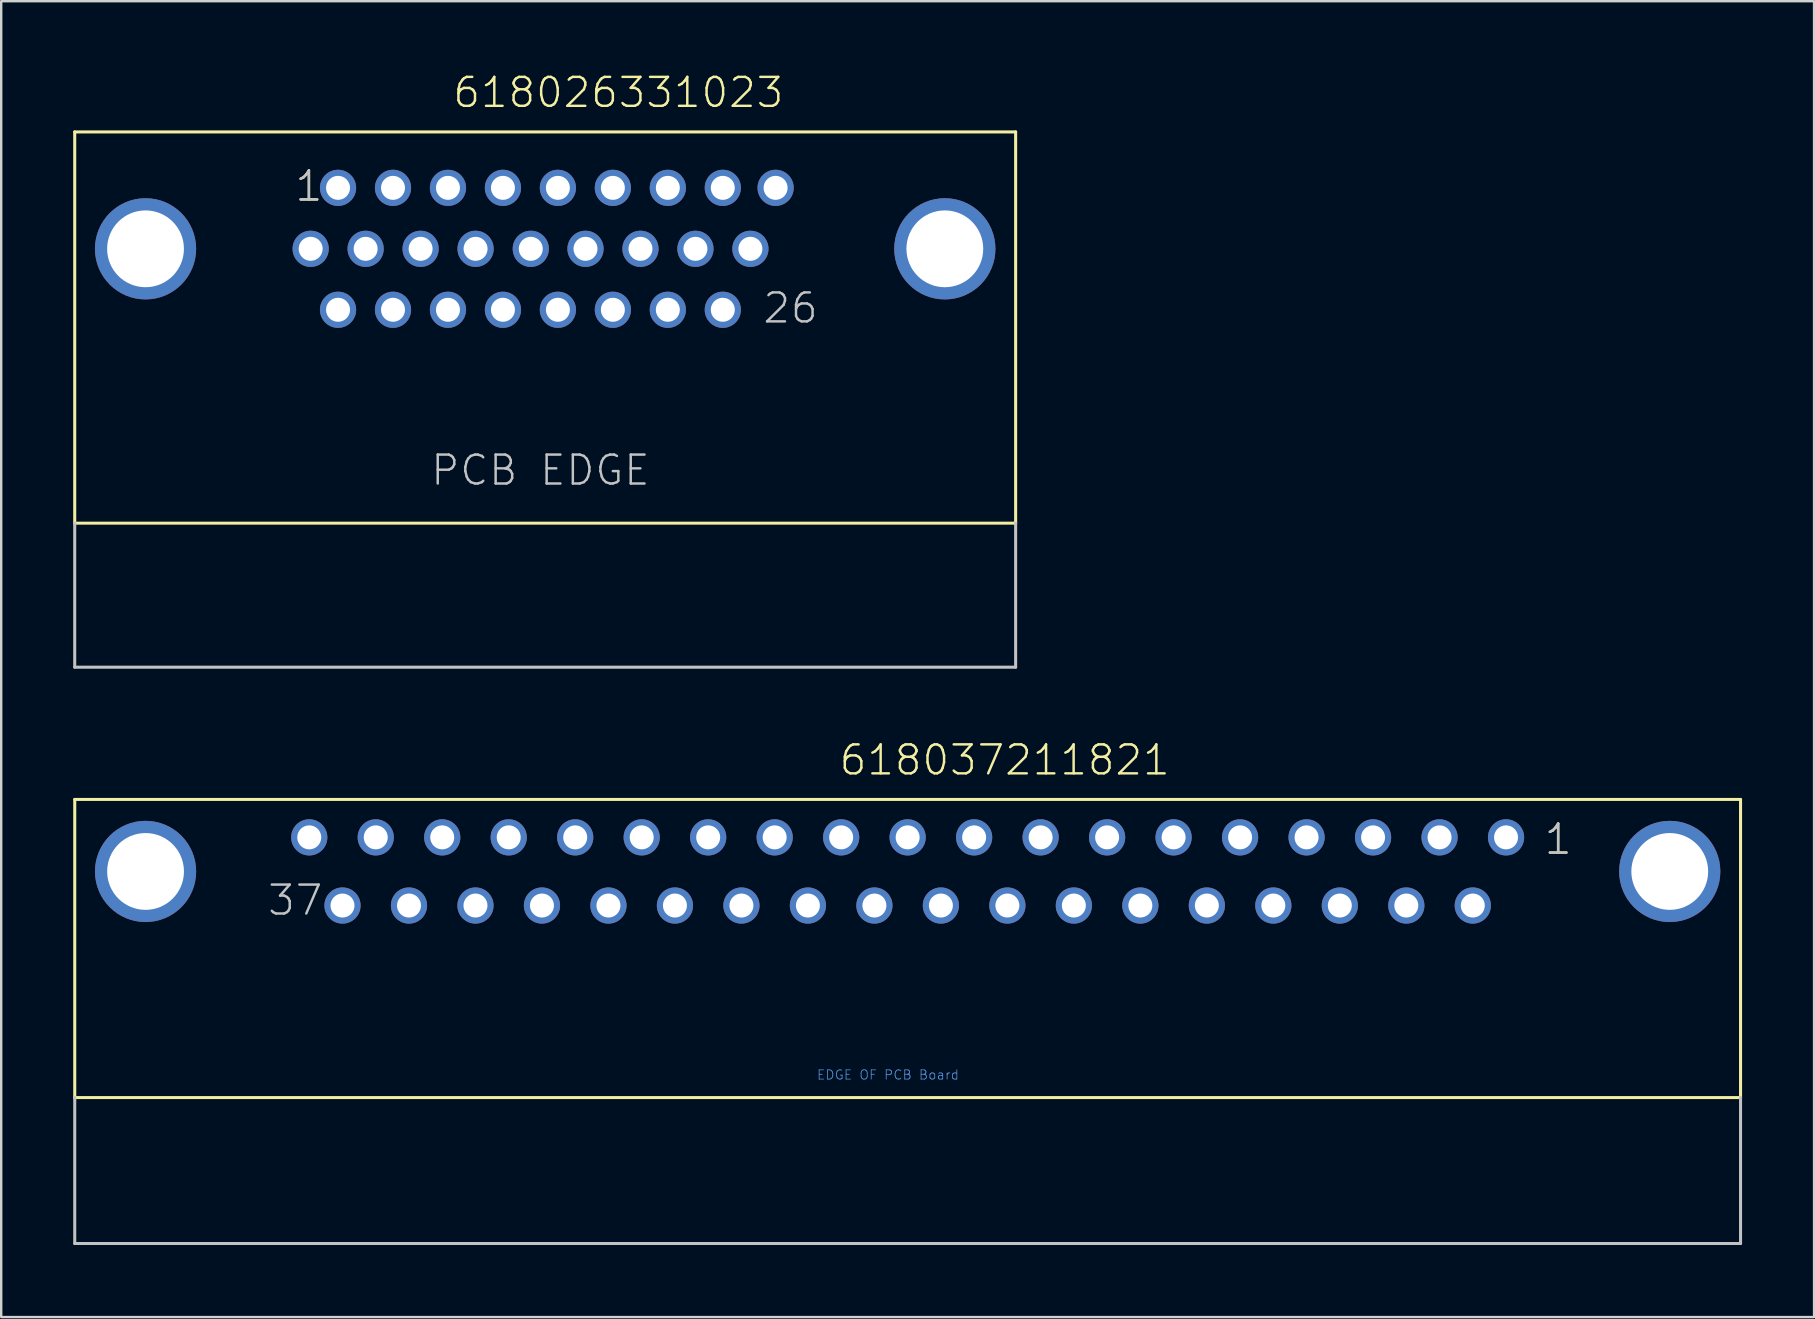
<source format=kicad_pcb>
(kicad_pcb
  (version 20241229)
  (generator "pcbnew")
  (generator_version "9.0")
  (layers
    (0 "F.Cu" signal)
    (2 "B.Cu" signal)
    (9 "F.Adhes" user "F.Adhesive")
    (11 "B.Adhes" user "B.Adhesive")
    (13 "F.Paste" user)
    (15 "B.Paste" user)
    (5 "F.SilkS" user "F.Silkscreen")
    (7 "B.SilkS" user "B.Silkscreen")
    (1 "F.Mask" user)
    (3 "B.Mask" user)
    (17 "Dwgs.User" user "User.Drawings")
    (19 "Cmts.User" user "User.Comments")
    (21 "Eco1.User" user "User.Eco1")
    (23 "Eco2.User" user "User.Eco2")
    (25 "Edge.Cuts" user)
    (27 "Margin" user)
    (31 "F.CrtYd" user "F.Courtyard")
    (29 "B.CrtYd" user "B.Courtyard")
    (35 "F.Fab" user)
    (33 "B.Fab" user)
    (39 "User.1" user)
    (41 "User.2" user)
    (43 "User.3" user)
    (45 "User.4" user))
  (footprint "618026331023"
    (layer "F.Cu")
    (at 19.663 7.316)
    (property "Reference" "618026331023" (at -3.91 -5.805 0) (layer "F.SilkS") (effects (font (size 1.206 1.206) (thickness 0.102)) (justify left bottom)))
    (attr through_hole)
    (fp_line (start -19.6 -4.87) (end 19.6 -4.87) (stroke (width 0.127) (type solid)) (layer "F.SilkS"))
    (fp_line (start -19.6 11.43) (end -19.6 -4.87) (stroke (width 0.127) (type solid)) (layer "F.SilkS"))
    (fp_line (start 19.6 -4.87) (end 19.6 11.43) (stroke (width 0.127) (type solid)) (layer "F.SilkS"))
    (fp_line (start 19.6 11.43) (end -19.6 11.43) (stroke (width 0.127) (type solid)) (layer "F.SilkS"))
    (fp_line (start -19.6 17.43) (end -19.6 11.43) (stroke (width 0.127) (type solid)) (layer "Dwgs.User"))
    (fp_line (start 19.6 11.43) (end 19.6 17.43) (stroke (width 0.127) (type solid)) (layer "Dwgs.User"))
    (fp_line (start 19.6 17.43) (end -19.6 17.43) (stroke (width 0.127) (type solid)) (layer "Dwgs.User"))
    (fp_text user "1" (at -10.485 -1.905 0) (layer "F.SilkS") (effects (font (size 1.206 1.206) (thickness 0.102)) (justify left bottom)))
    (fp_text user "PCB EDGE" (at -4.83 9.93 0) (layer "Dwgs.User") (effects (font (size 1.206 1.206) (thickness 0.102)) (justify left bottom)))
    (fp_text user "1" (at -10.485 -1.905 0) (layer "Dwgs.User") (effects (font (size 1.206 1.206) (thickness 0.102)) (justify left bottom)))
    (fp_text user "26" (at 9.005 3.175 0) (layer "Dwgs.User") (effects (font (size 1.206 1.206) (thickness 0.102)) (justify left bottom)))
    (pad "1" thru_hole circle (at -8.63 -2.54) (size 1.508 1.508) (drill 1) (layers "*.Cu" "*.Mask"))
    (pad "2" thru_hole circle (at -6.34 -2.54) (size 1.508 1.508) (drill 1) (layers "*.Cu" "*.Mask"))
    (pad "3" thru_hole circle (at -4.05 -2.54) (size 1.508 1.508) (drill 1) (layers "*.Cu" "*.Mask"))
    (pad "4" thru_hole circle (at -1.76 -2.54) (size 1.508 1.508) (drill 1) (layers "*.Cu" "*.Mask"))
    (pad "5" thru_hole circle (at 0.53 -2.54) (size 1.508 1.508) (drill 1) (layers "*.Cu" "*.Mask"))
    (pad "6" thru_hole circle (at 2.82 -2.54) (size 1.508 1.508) (drill 1) (layers "*.Cu" "*.Mask"))
    (pad "7" thru_hole circle (at 5.11 -2.54) (size 1.508 1.508) (drill 1) (layers "*.Cu" "*.Mask"))
    (pad "8" thru_hole circle (at 7.4 -2.54) (size 1.508 1.508) (drill 1) (layers "*.Cu" "*.Mask"))
    (pad "9" thru_hole circle (at 9.6 -2.54) (size 1.508 1.508) (drill 1) (layers "*.Cu" "*.Mask"))
    (pad "10" thru_hole circle (at -9.77 0) (size 1.508 1.508) (drill 1) (layers "*.Cu" "*.Mask"))
    (pad "11" thru_hole circle (at -7.48 0) (size 1.508 1.508) (drill 1) (layers "*.Cu" "*.Mask"))
    (pad "12" thru_hole circle (at -5.19 0) (size 1.508 1.508) (drill 1) (layers "*.Cu" "*.Mask"))
    (pad "13" thru_hole circle (at -2.9 0) (size 1.508 1.508) (drill 1) (layers "*.Cu" "*.Mask"))
    (pad "14" thru_hole circle (at -0.6 0) (size 1.508 1.508) (drill 1) (layers "*.Cu" "*.Mask"))
    (pad "15" thru_hole circle (at 1.68 0) (size 1.508 1.508) (drill 1) (layers "*.Cu" "*.Mask"))
    (pad "16" thru_hole circle (at 3.97 0) (size 1.508 1.508) (drill 1) (layers "*.Cu" "*.Mask"))
    (pad "17" thru_hole circle (at 6.26 0) (size 1.508 1.508) (drill 1) (layers "*.Cu" "*.Mask"))
    (pad "18" thru_hole circle (at 8.55 0) (size 1.508 1.508) (drill 1) (layers "*.Cu" "*.Mask"))
    (pad "19" thru_hole circle (at -8.63 2.54) (size 1.508 1.508) (drill 1) (layers "*.Cu" "*.Mask"))
    (pad "20" thru_hole circle (at -6.34 2.54) (size 1.508 1.508) (drill 1) (layers "*.Cu" "*.Mask"))
    (pad "21" thru_hole circle (at -4.05 2.54) (size 1.508 1.508) (drill 1) (layers "*.Cu" "*.Mask"))
    (pad "22" thru_hole circle (at -1.76 2.54) (size 1.508 1.508) (drill 1) (layers "*.Cu" "*.Mask"))
    (pad "23" thru_hole circle (at 0.53 2.54) (size 1.508 1.508) (drill 1) (layers "*.Cu" "*.Mask"))
    (pad "24" thru_hole circle (at 2.82 2.54) (size 1.508 1.508) (drill 1) (layers "*.Cu" "*.Mask"))
    (pad "25" thru_hole circle (at 5.11 2.54) (size 1.508 1.508) (drill 1) (layers "*.Cu" "*.Mask"))
    (pad "26" thru_hole circle (at 7.4 2.54) (size 1.508 1.508) (drill 1) (layers "*.Cu" "*.Mask"))
    (pad "SHEL" thru_hole circle (at -16.65 0) (size 4.216 4.216) (drill 3.2) (layers "*.Cu" "*.Mask"))
    (pad "SHEL" thru_hole circle (at 16.65 0) (size 4.216 4.216) (drill 3.2) (layers "*.Cu" "*.Mask")))
  (footprint "618037211821"
    (layer "F.Cu")
    (at 34.764 33.256)
    (property "Reference" "618037211821" (at -2.915 -3.935 0) (layer "F.SilkS") (effects (font (size 1.206 1.206) (thickness 0.102)) (justify left bottom)))
    (attr through_hole)
    (fp_line (start -34.7 -3) (end 34.7 -3) (stroke (width 0.127) (type solid)) (layer "F.SilkS"))
    (fp_line (start -34.7 9.42) (end -34.7 -3) (stroke (width 0.127) (type solid)) (layer "F.SilkS"))
    (fp_line (start 34.7 -3) (end 34.7 9.42) (stroke (width 0.127) (type solid)) (layer "F.SilkS"))
    (fp_line (start 34.7 9.42) (end -34.7 9.42) (stroke (width 0.127) (type solid)) (layer "F.SilkS"))
    (fp_line (start -34.7 15.5) (end -34.7 9.42) (stroke (width 0.127) (type solid)) (layer "Dwgs.User"))
    (fp_line (start 34.7 9.42) (end 34.7 15.5) (stroke (width 0.127) (type solid)) (layer "Dwgs.User"))
    (fp_line (start 34.7 15.5) (end -34.7 15.5) (stroke (width 0.127) (type solid)) (layer "Dwgs.User"))
    (fp_text user "1" (at 26.46 -0.635 0) (layer "F.SilkS") (effects (font (size 1.206 1.206) (thickness 0.102)) (justify left bottom)))
    (fp_text user "37" (at -26.73 1.905 0) (layer "Dwgs.User") (effects (font (size 1.206 1.206) (thickness 0.102)) (justify left bottom)))
    (fp_text user "1" (at 26.46 -0.635 0) (layer "Dwgs.User") (effects (font (size 1.206 1.206) (thickness 0.102)) (justify left bottom)))
    (fp_text user "EDGE OF PCB Board" (at -3.8 8.7 0) (layer "Cmts.User") (effects (font (size 0.386 0.386) (thickness 0.033)) (justify left bottom)))
    (pad "1" thru_hole circle (at 24.93 -1.42) (size 1.508 1.508) (drill 1) (layers "*.Cu" "*.Mask"))
    (pad "2" thru_hole circle (at 22.16 -1.42) (size 1.508 1.508) (drill 1) (layers "*.Cu" "*.Mask"))
    (pad "3" thru_hole circle (at 19.39 -1.42) (size 1.508 1.508) (drill 1) (layers "*.Cu" "*.Mask"))
    (pad "4" thru_hole circle (at 16.62 -1.42) (size 1.508 1.508) (drill 1) (layers "*.Cu" "*.Mask"))
    (pad "5" thru_hole circle (at 13.85 -1.42) (size 1.508 1.508) (drill 1) (layers "*.Cu" "*.Mask"))
    (pad "6" thru_hole circle (at 11.08 -1.42) (size 1.508 1.508) (drill 1) (layers "*.Cu" "*.Mask"))
    (pad "7" thru_hole circle (at 8.31 -1.42) (size 1.508 1.508) (drill 1) (layers "*.Cu" "*.Mask"))
    (pad "8" thru_hole circle (at 5.54 -1.42) (size 1.508 1.508) (drill 1) (layers "*.Cu" "*.Mask"))
    (pad "9" thru_hole circle (at 2.77 -1.42) (size 1.508 1.508) (drill 1) (layers "*.Cu" "*.Mask"))
    (pad "10" thru_hole circle (at 0 -1.42) (size 1.508 1.508) (drill 1) (layers "*.Cu" "*.Mask"))
    (pad "11" thru_hole circle (at -2.77 -1.42) (size 1.508 1.508) (drill 1) (layers "*.Cu" "*.Mask"))
    (pad "12" thru_hole circle (at -5.54 -1.42) (size 1.508 1.508) (drill 1) (layers "*.Cu" "*.Mask"))
    (pad "13" thru_hole circle (at -8.31 -1.42) (size 1.508 1.508) (drill 1) (layers "*.Cu" "*.Mask"))
    (pad "14" thru_hole circle (at -11.08 -1.42) (size 1.508 1.508) (drill 1) (layers "*.Cu" "*.Mask"))
    (pad "15" thru_hole circle (at -13.85 -1.42) (size 1.508 1.508) (drill 1) (layers "*.Cu" "*.Mask"))
    (pad "16" thru_hole circle (at -16.62 -1.42) (size 1.508 1.508) (drill 1) (layers "*.Cu" "*.Mask"))
    (pad "17" thru_hole circle (at -19.39 -1.42) (size 1.508 1.508) (drill 1) (layers "*.Cu" "*.Mask"))
    (pad "18" thru_hole circle (at -22.16 -1.42) (size 1.508 1.508) (drill 1) (layers "*.Cu" "*.Mask"))
    (pad "19" thru_hole circle (at -24.93 -1.42) (size 1.508 1.508) (drill 1) (layers "*.Cu" "*.Mask"))
    (pad "20" thru_hole circle (at 23.545 1.42) (size 1.508 1.508) (drill 1) (layers "*.Cu" "*.Mask"))
    (pad "21" thru_hole circle (at 20.775 1.42) (size 1.508 1.508) (drill 1) (layers "*.Cu" "*.Mask"))
    (pad "22" thru_hole circle (at 18.005 1.42) (size 1.508 1.508) (drill 1) (layers "*.Cu" "*.Mask"))
    (pad "23" thru_hole circle (at 15.235 1.42) (size 1.508 1.508) (drill 1) (layers "*.Cu" "*.Mask"))
    (pad "24" thru_hole circle (at 12.465 1.42) (size 1.508 1.508) (drill 1) (layers "*.Cu" "*.Mask"))
    (pad "25" thru_hole circle (at 9.695 1.42) (size 1.508 1.508) (drill 1) (layers "*.Cu" "*.Mask"))
    (pad "26" thru_hole circle (at 6.925 1.42) (size 1.508 1.508) (drill 1) (layers "*.Cu" "*.Mask"))
    (pad "27" thru_hole circle (at 4.155 1.42) (size 1.508 1.508) (drill 1) (layers "*.Cu" "*.Mask"))
    (pad "28" thru_hole circle (at 1.385 1.42) (size 1.508 1.508) (drill 1) (layers "*.Cu" "*.Mask"))
    (pad "29" thru_hole circle (at -1.385 1.42) (size 1.508 1.508) (drill 1) (layers "*.Cu" "*.Mask"))
    (pad "30" thru_hole circle (at -4.155 1.42) (size 1.508 1.508) (drill 1) (layers "*.Cu" "*.Mask"))
    (pad "31" thru_hole circle (at -6.925 1.42) (size 1.508 1.508) (drill 1) (layers "*.Cu" "*.Mask"))
    (pad "32" thru_hole circle (at -9.695 1.42) (size 1.508 1.508) (drill 1) (layers "*.Cu" "*.Mask"))
    (pad "33" thru_hole circle (at -12.465 1.42) (size 1.508 1.508) (drill 1) (layers "*.Cu" "*.Mask"))
    (pad "34" thru_hole circle (at -15.235 1.42) (size 1.508 1.508) (drill 1) (layers "*.Cu" "*.Mask"))
    (pad "35" thru_hole circle (at -18.005 1.42) (size 1.508 1.508) (drill 1) (layers "*.Cu" "*.Mask"))
    (pad "36" thru_hole circle (at -20.775 1.42) (size 1.508 1.508) (drill 1) (layers "*.Cu" "*.Mask"))
    (pad "37" thru_hole circle (at -23.545 1.42) (size 1.508 1.508) (drill 1) (layers "*.Cu" "*.Mask"))
    (pad "SHEL" thru_hole circle (at -31.75 0) (size 4.216 4.216) (drill 3.2) (layers "*.Cu" "*.Mask"))
    (pad "SHEL" thru_hole circle (at 31.75 0) (size 4.216 4.216) (drill 3.2) (layers "*.Cu" "*.Mask")))
  (gr_rect
    (start -3 -3)
    (end 72.527 51.82)
    (stroke (width 0.1) (type default))
    (fill no)
    (layer "Edge.Cuts")))
</source>
